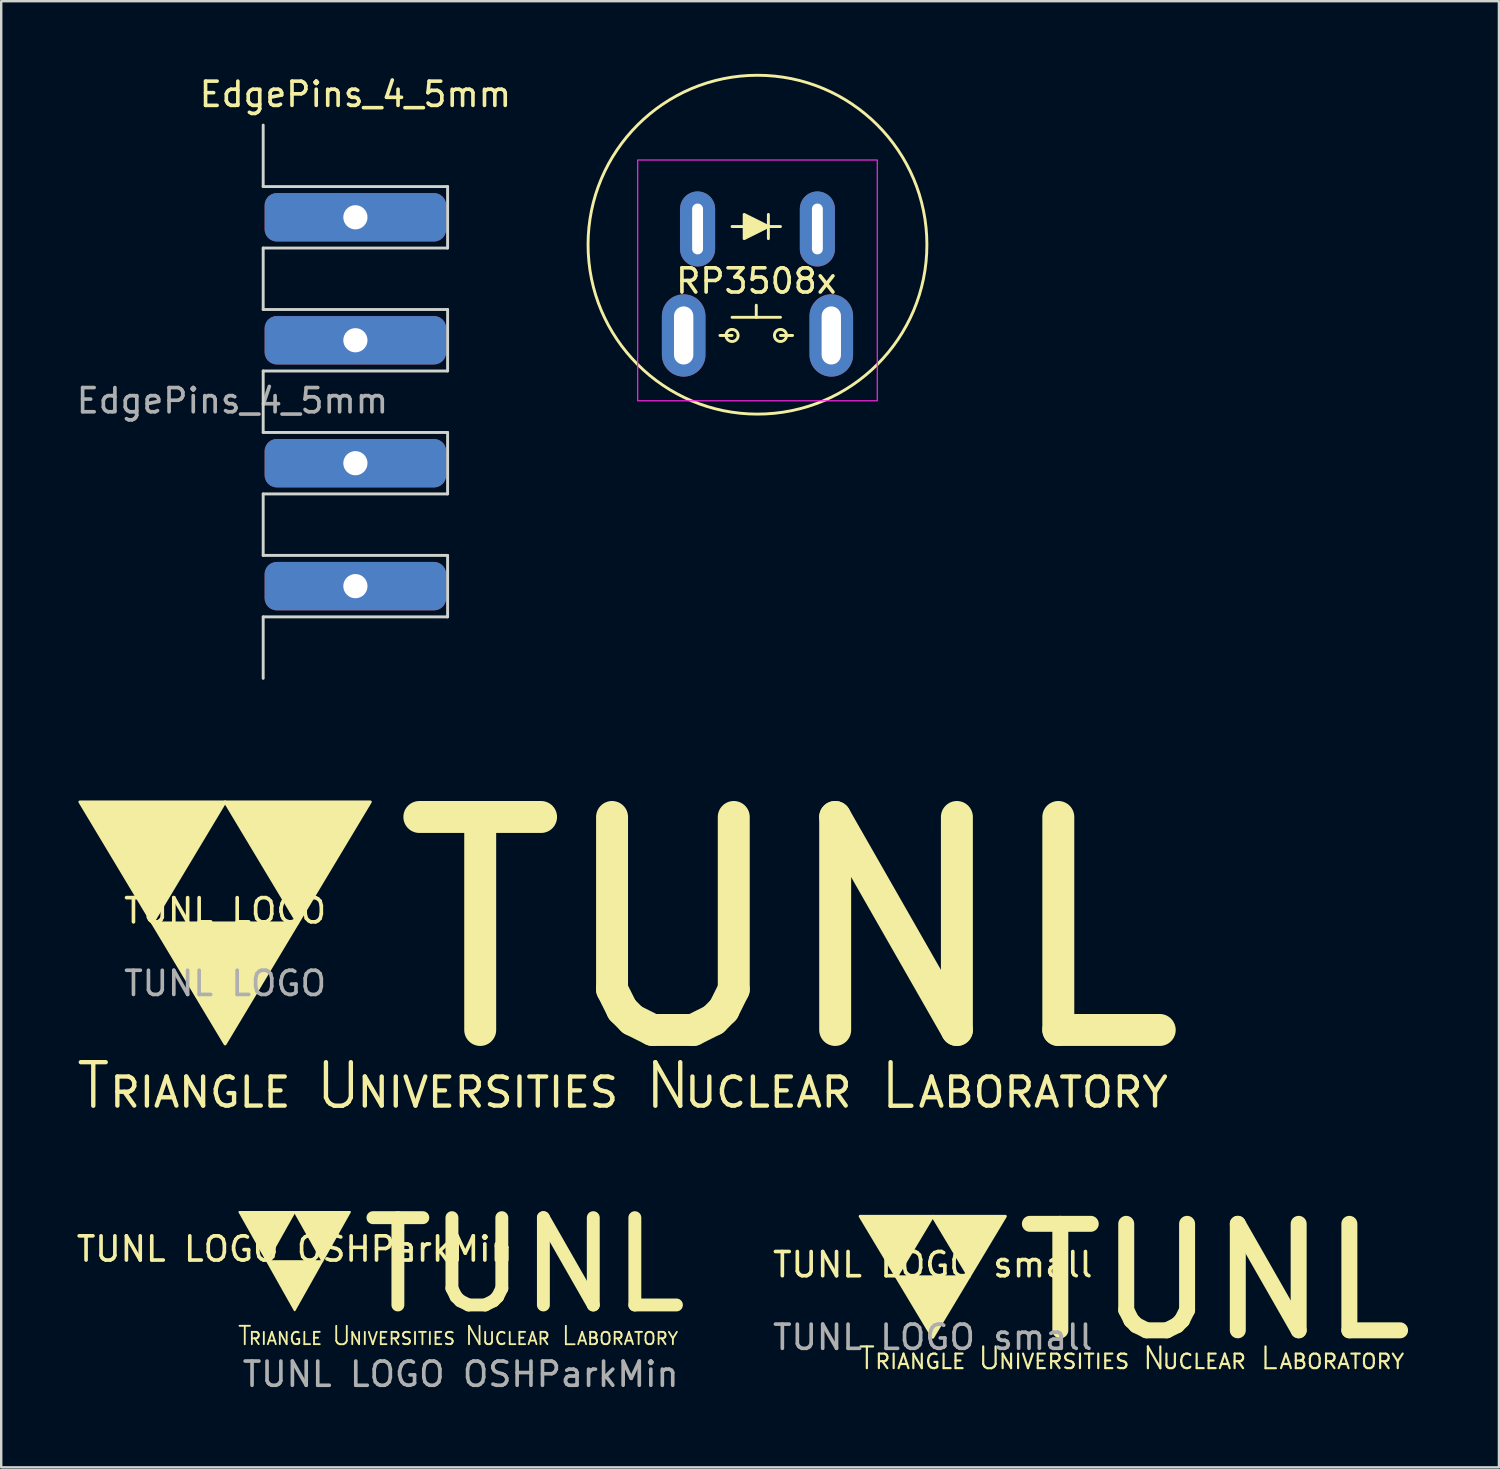
<source format=kicad_pcb>
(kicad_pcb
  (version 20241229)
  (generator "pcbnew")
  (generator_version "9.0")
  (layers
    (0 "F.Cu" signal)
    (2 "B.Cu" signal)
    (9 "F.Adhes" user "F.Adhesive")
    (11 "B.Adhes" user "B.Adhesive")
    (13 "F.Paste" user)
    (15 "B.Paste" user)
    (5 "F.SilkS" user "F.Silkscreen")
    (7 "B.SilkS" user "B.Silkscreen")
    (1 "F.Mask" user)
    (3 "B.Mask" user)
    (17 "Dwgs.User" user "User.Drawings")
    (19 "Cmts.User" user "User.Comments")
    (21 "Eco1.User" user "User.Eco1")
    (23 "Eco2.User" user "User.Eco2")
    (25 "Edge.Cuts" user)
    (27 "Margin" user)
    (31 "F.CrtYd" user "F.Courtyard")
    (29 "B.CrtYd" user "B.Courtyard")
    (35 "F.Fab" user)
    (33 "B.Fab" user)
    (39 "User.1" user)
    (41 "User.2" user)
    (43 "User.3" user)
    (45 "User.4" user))
  (footprint "EdgePins_4_5mm"
    (layer "F.Cu")
    (at 11.634 5.928)
    (property "Reference" "EdgePins_4_5mm" (at 0 -5.08 0) (unlocked yes) (layer "F.SilkS") (effects (font (size 1 1) (thickness 0.15))))
    (attr smd)
    (fp_line (start -3.81 -1.27) (end -3.81 -3.81) (stroke (width 0.12) (type solid)) (layer "Edge.Cuts"))
    (fp_line (start -3.81 -1.27) (end 3.81 -1.27) (stroke (width 0.12) (type solid)) (layer "Edge.Cuts"))
    (fp_line (start -3.81 1.27) (end -3.81 3.81) (stroke (width 0.12) (type solid)) (layer "Edge.Cuts"))
    (fp_line (start -3.81 3.81) (end 3.81 3.81) (stroke (width 0.12) (type solid)) (layer "Edge.Cuts"))
    (fp_line (start -3.81 6.35) (end -3.81 8.89) (stroke (width 0.12) (type solid)) (layer "Edge.Cuts"))
    (fp_line (start -3.81 8.89) (end 3.81 8.89) (stroke (width 0.12) (type solid)) (layer "Edge.Cuts"))
    (fp_line (start -3.81 11.43) (end -3.81 13.97) (stroke (width 0.12) (type solid)) (layer "Edge.Cuts"))
    (fp_line (start -3.81 13.97) (end 3.81 13.97) (stroke (width 0.12) (type solid)) (layer "Edge.Cuts"))
    (fp_line (start -3.81 16.51) (end -3.81 19.05) (stroke (width 0.12) (type solid)) (layer "Edge.Cuts"))
    (fp_line (start 3.81 -1.27) (end 3.81 1.27) (stroke (width 0.12) (type solid)) (layer "Edge.Cuts"))
    (fp_line (start 3.81 1.27) (end -3.81 1.27) (stroke (width 0.12) (type solid)) (layer "Edge.Cuts"))
    (fp_line (start 3.81 3.81) (end 3.81 6.35) (stroke (width 0.12) (type solid)) (layer "Edge.Cuts"))
    (fp_line (start 3.81 6.35) (end -3.81 6.35) (stroke (width 0.12) (type solid)) (layer "Edge.Cuts"))
    (fp_line (start 3.81 8.89) (end 3.81 11.43) (stroke (width 0.12) (type solid)) (layer "Edge.Cuts"))
    (fp_line (start 3.81 11.43) (end -3.81 11.43) (stroke (width 0.12) (type solid)) (layer "Edge.Cuts"))
    (fp_line (start 3.81 13.97) (end 3.81 16.51) (stroke (width 0.12) (type solid)) (layer "Edge.Cuts"))
    (fp_line (start 3.81 16.51) (end -3.81 16.51) (stroke (width 0.12) (type solid)) (layer "Edge.Cuts"))
    (fp_text user "${REFERENCE}" (at -5.08 7.58 0) (unlocked yes) (layer "F.Fab") (effects (font (size 1 1) (thickness 0.15))))
    (pad "1" thru_hole roundrect (at 0 0) (size 7.5 2) (drill 1) (layers "*.Cu" "*.Mask") (roundrect_rratio 0.25))
    (pad "2" thru_hole roundrect (at 0 5.08) (size 7.5 2) (drill 1) (layers "*.Cu" "*.Mask") (roundrect_rratio 0.25))
    (pad "3" thru_hole roundrect (at 0 10.16) (size 7.5 2) (drill 1) (layers "*.Cu" "*.Mask") (roundrect_rratio 0.25))
    (pad "4" thru_hole roundrect (at 0 15.24) (size 7.5 2) (drill 1) (layers "*.Cu" "*.Mask") (roundrect_rratio 0.25)))
  (footprint "TUNL LOGO OSHParkMin"
    (layer "F.Cu")
    (at 9.125 49.056)
    (property "Reference" "TUNL LOGO OSHParkMin" (at 0 -0.5 0) (unlocked yes) (layer "F.SilkS") (effects (font (size 1 1) (thickness 0.15))))
    (attr smd)
    (fp_poly (pts (xy -1.143 0) (xy -2.286 -2.032) (xy 0 -2.032)) (stroke (width 0.076) (type solid)) (fill yes) (layer "F.SilkS"))
    (fp_poly (pts (xy 0 2.032) (xy -1.143 0) (xy 1.143 0)) (stroke (width 0.076) (type solid)) (fill yes) (layer "F.SilkS"))
    (fp_poly (pts (xy 1.143 0) (xy 0 -2.032) (xy 2.286 -2.032)) (stroke (width 0.076) (type solid)) (fill yes) (layer "F.SilkS"))
    (fp_text user "U" (at 1.486 3.086 0) (unlocked yes) (layer "F.SilkS") (effects (font (size 0.762 0.762) (thickness 0.076)) (justify left)))
    (fp_text user "RIANGLE   NIVERSITIES   UCLEAR   ABORATORY" (at -1.937 3.2 0) (unlocked yes) (layer "F.SilkS") (effects (font (size 0.508 0.495) (thickness 0.076)) (justify left)))
    (fp_text user "N" (at 6.972 3.086 0) (unlocked yes) (layer "F.SilkS") (effects (font (size 0.762 0.762) (thickness 0.076)) (justify left)))
    (fp_text user "L" (at 10.973 3.086 0) (unlocked yes) (layer "F.SilkS") (effects (font (size 0.762 0.762) (thickness 0.076)) (justify left)))
    (fp_text user "T" (at -2.402 3.086 0) (unlocked yes) (layer "F.SilkS") (effects (font (size 0.762 0.762) (thickness 0.076)) (justify left)))
    (fp_text user "TUNL" (at 2.54 0.171 0) (unlocked yes) (layer "F.SilkS") (effects (font (size 3.607 3.607) (thickness 0.533)) (justify left)))
    (fp_text user "${REFERENCE}" (at 6.858 4.674 0) (unlocked yes) (layer "F.Fab") (effects (font (size 1 1) (thickness 0.15)))))
  (footprint "RP3508x"
    (layer "F.Cu")
    (at 25.197 10.81)
    (property "Reference" "RP3508x" (at 3 -2.25 0) (layer "F.SilkS") (effects (font (size 1 1) (thickness 0.15))))
    (attr through_hole)
    (fp_line (start 2 0) (end 1.5 0) (stroke (width 0.12) (type solid)) (layer "F.SilkS"))
    (fp_line (start 2.5 -4.5) (end 2 -4.5) (stroke (width 0.12) (type solid)) (layer "F.SilkS"))
    (fp_line (start 3 -0.75) (end 3 -1.25) (stroke (width 0.12) (type solid)) (layer "F.SilkS"))
    (fp_line (start 3.5 -4.5) (end 2.5 -4.5) (stroke (width 0.12) (type solid)) (layer "F.SilkS"))
    (fp_line (start 3.5 -4) (end 3.5 -5) (stroke (width 0.12) (type solid)) (layer "F.SilkS"))
    (fp_line (start 4 -4.5) (end 3.5 -4.5) (stroke (width 0.12) (type solid)) (layer "F.SilkS"))
    (fp_line (start 4 -0.75) (end 2 -0.75) (stroke (width 0.12) (type solid)) (layer "F.SilkS"))
    (fp_line (start 4.5 0) (end 4 0) (stroke (width 0.12) (type solid)) (layer "F.SilkS"))
    (fp_circle (center 2 0) (end 2 -0.25) (stroke (width 0.12) (type solid)) (fill no) (layer "F.SilkS"))
    (fp_circle (center 3.05 -3.75) (end 10.05 -3.75) (stroke (width 0.12) (type solid)) (fill no) (layer "F.SilkS"))
    (fp_circle (center 4 0) (end 4 -0.25) (stroke (width 0.12) (type solid)) (fill no) (layer "F.SilkS"))
    (fp_poly (pts (xy 2.5 -5) (xy 3.5 -4.5) (xy 2.5 -4)) (stroke (width 0.12) (type solid)) (fill yes) (layer "F.SilkS"))
    (fp_rect (start -1.9 -7.25) (end 8 2.7) (stroke (width 0.05) (type solid)) (fill no) (layer "F.CrtYd"))
    (pad "1" thru_hole oval (at 0 0) (size 1.8 3.4) (drill oval 0.8 2.4) (layers "*.Cu" "*.Mask"))
    (pad "2" thru_hole oval (at 6.1 0) (size 1.8 3.4) (drill oval 0.8 2.4) (layers "*.Cu" "*.Mask"))
    (pad "3" thru_hole oval (at 5.525 -4.4) (size 1.45 3.1) (drill oval 0.45 2.1) (layers "*.Cu" "*.Mask"))
    (pad "4" thru_hole oval (at 0.575 -4.4) (size 1.45 3.1) (drill oval 0.45 2.1) (layers "*.Cu" "*.Mask")))
  (footprint "TUNL LOGO small"
    (layer "F.Cu")
    (at 35.489 49.704)
    (property "Reference" "TUNL LOGO small" (at 0 -0.5 0) (unlocked yes) (layer "F.SilkS") (effects (font (size 1 1) (thickness 0.15))))
    (attr smd)
    (fp_poly (pts (xy -1.5 0) (xy -3 -2.5) (xy 0 -2.5)) (stroke (width 0.12) (type solid)) (fill yes) (layer "F.SilkS"))
    (fp_poly (pts (xy 0 2.5) (xy -1.5 0) (xy 1.5 0)) (stroke (width 0.12) (type solid)) (fill yes) (layer "F.SilkS"))
    (fp_poly (pts (xy 1.5 0) (xy 0 -2.5) (xy 3 -2.5)) (stroke (width 0.12) (type solid)) (fill yes) (layer "F.SilkS"))
    (fp_text user "N" (at 8.615 3.365 0) (unlocked yes) (layer "F.SilkS") (effects (font (size 0.9 0.9) (thickness 0.09)) (justify left)))
    (fp_text user "T" (at -3.125 3.365 0) (unlocked yes) (layer "F.SilkS") (effects (font (size 0.9 0.9) (thickness 0.09)) (justify left)))
    (fp_text user "TUNL" (at 3.16 0.21 0) (unlocked yes) (layer "F.SilkS") (effects (font (size 4.4 4.4) (thickness 0.66)) (justify left)))
    (fp_text user "U" (at 1.81 3.365 0) (unlocked yes) (layer "F.SilkS") (effects (font (size 0.9 0.9) (thickness 0.09)) (justify left)))
    (fp_text user "RIANGLE   NIVERSITIES   UCLEAR   ABORATORY" (at -2.43 3.5 0) (unlocked yes) (layer "F.SilkS") (effects (font (size 0.6 0.61) (thickness 0.09)) (justify left)))
    (fp_text user "L" (at 13.475 3.365 0) (unlocked yes) (layer "F.SilkS") (effects (font (size 0.9 0.9) (thickness 0.09)) (justify left)))
    (fp_text user "${REFERENCE}" (at 0 2.5 0) (unlocked yes) (layer "F.Fab") (effects (font (size 1 1) (thickness 0.15)))))
  (footprint "TUNL LOGO"
    (layer "F.Cu")
    (at 6.25 35.083)
    (property "Reference" "TUNL LOGO" (at 0 -0.5 0) (unlocked yes) (layer "F.SilkS") (effects (font (size 1 1) (thickness 0.15))))
    (attr smd)
    (fp_poly (pts (xy -3 0) (xy -6 -5) (xy 0 -5)) (stroke (width 0.12) (type solid)) (fill yes) (layer "F.SilkS"))
    (fp_poly (pts (xy 0 5) (xy -3 0) (xy 3 0)) (stroke (width 0.12) (type solid)) (fill yes) (layer "F.SilkS"))
    (fp_poly (pts (xy 3 0) (xy 0 -5) (xy 6 -5)) (stroke (width 0.12) (type solid)) (fill yes) (layer "F.SilkS"))
    (fp_text user "U" (at 3.62 6.73 0) (unlocked yes) (layer "F.SilkS") (effects (font (size 1.8 1.8) (thickness 0.18)) (justify left)))
    (fp_text user "T" (at -6.25 6.73 0) (unlocked yes) (layer "F.SilkS") (effects (font (size 1.8 1.8) (thickness 0.18)) (justify left)))
    (fp_text user "RIANGLE   NIVERSITIES   UCLEAR   ABORATORY" (at -4.86 7 0) (unlocked yes) (layer "F.SilkS") (effects (font (size 1.2 1.22) (thickness 0.18)) (justify left)))
    (fp_text user "TUNL" (at 6.32 0.42 0) (unlocked yes) (layer "F.SilkS") (effects (font (size 8.8 8.8) (thickness 1.32)) (justify left)))
    (fp_text user "L" (at 26.95 6.73 0) (unlocked yes) (layer "F.SilkS") (effects (font (size 1.8 1.8) (thickness 0.18)) (justify left)))
    (fp_text user "N" (at 17.23 6.73 0) (unlocked yes) (layer "F.SilkS") (effects (font (size 1.8 1.8) (thickness 0.18)) (justify left)))
    (fp_text user "${REFERENCE}" (at 0 2.5 0) (unlocked yes) (layer "F.Fab") (effects (font (size 1 1) (thickness 0.15)))))
  (gr_rect
    (start -3 -3)
    (end 58.882 57.578)
    (stroke (width 0.1) (type default))
    (fill no)
    (layer "Edge.Cuts")))
</source>
